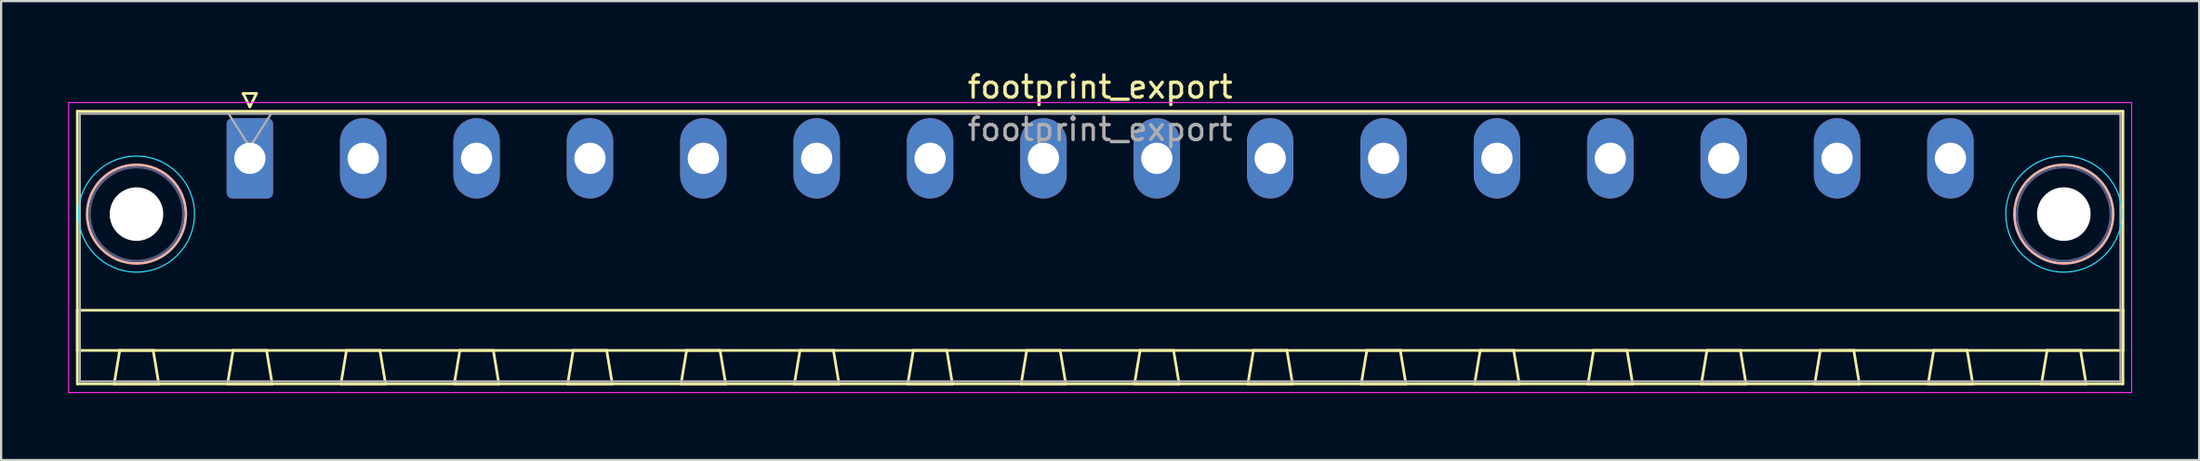
<source format=kicad_pcb>
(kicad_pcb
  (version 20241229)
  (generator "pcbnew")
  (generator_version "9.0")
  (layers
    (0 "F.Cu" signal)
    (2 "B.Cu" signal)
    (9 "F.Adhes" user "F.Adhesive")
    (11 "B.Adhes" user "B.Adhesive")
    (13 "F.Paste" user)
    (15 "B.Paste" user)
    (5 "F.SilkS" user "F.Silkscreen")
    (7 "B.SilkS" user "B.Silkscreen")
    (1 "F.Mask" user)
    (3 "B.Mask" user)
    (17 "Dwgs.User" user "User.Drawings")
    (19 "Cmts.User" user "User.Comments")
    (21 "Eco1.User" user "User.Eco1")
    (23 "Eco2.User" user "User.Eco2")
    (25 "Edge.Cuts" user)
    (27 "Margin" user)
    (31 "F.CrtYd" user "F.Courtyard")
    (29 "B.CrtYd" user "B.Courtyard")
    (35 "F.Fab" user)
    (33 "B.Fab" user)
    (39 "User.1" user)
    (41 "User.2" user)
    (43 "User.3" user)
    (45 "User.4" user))
  (footprint "footprint_export"
    (layer "F.Cu")
    (at 8.145 4.048)
    (property "Reference" "footprint_export" (at 38.1 -3.2 0) (layer "F.SilkS") (effects (font (size 1 1) (thickness 0.15))))
    (attr through_hole)
    (fp_line (start -7.73 -2.11) (end -7.73 10.11) (stroke (width 0.12) (type solid)) (layer "F.SilkS"))
    (fp_line (start -7.73 6.81) (end 83.93 6.81) (stroke (width 0.12) (type solid)) (layer "F.SilkS"))
    (fp_line (start -7.73 8.61) (end -7.73 6.81) (stroke (width 0.12) (type solid)) (layer "F.SilkS"))
    (fp_line (start -7.73 10.11) (end 83.93 10.11) (stroke (width 0.12) (type solid)) (layer "F.SilkS"))
    (fp_line (start -6.08 10.11) (end -4.08 10.11) (stroke (width 0.12) (type solid)) (layer "F.SilkS"))
    (fp_line (start -5.83 8.61) (end -6.08 10.11) (stroke (width 0.12) (type solid)) (layer "F.SilkS"))
    (fp_line (start -4.33 8.61) (end -5.83 8.61) (stroke (width 0.12) (type solid)) (layer "F.SilkS"))
    (fp_line (start -4.08 10.11) (end -4.33 8.61) (stroke (width 0.12) (type solid)) (layer "F.SilkS"))
    (fp_line (start -1 10.11) (end 1 10.11) (stroke (width 0.12) (type solid)) (layer "F.SilkS"))
    (fp_line (start -0.75 8.61) (end -1 10.11) (stroke (width 0.12) (type solid)) (layer "F.SilkS"))
    (fp_line (start -0.3 -2.91) (end 0.3 -2.91) (stroke (width 0.12) (type solid)) (layer "F.SilkS"))
    (fp_line (start 0 -2.31) (end -0.3 -2.91) (stroke (width 0.12) (type solid)) (layer "F.SilkS"))
    (fp_line (start 0.3 -2.91) (end 0 -2.31) (stroke (width 0.12) (type solid)) (layer "F.SilkS"))
    (fp_line (start 0.75 8.61) (end -0.75 8.61) (stroke (width 0.12) (type solid)) (layer "F.SilkS"))
    (fp_line (start 1 10.11) (end 0.75 8.61) (stroke (width 0.12) (type solid)) (layer "F.SilkS"))
    (fp_line (start 4.08 10.11) (end 6.08 10.11) (stroke (width 0.12) (type solid)) (layer "F.SilkS"))
    (fp_line (start 4.33 8.61) (end 4.08 10.11) (stroke (width 0.12) (type solid)) (layer "F.SilkS"))
    (fp_line (start 5.83 8.61) (end 4.33 8.61) (stroke (width 0.12) (type solid)) (layer "F.SilkS"))
    (fp_line (start 6.08 10.11) (end 5.83 8.61) (stroke (width 0.12) (type solid)) (layer "F.SilkS"))
    (fp_line (start 9.16 10.11) (end 11.16 10.11) (stroke (width 0.12) (type solid)) (layer "F.SilkS"))
    (fp_line (start 9.41 8.61) (end 9.16 10.11) (stroke (width 0.12) (type solid)) (layer "F.SilkS"))
    (fp_line (start 10.91 8.61) (end 9.41 8.61) (stroke (width 0.12) (type solid)) (layer "F.SilkS"))
    (fp_line (start 11.16 10.11) (end 10.91 8.61) (stroke (width 0.12) (type solid)) (layer "F.SilkS"))
    (fp_line (start 14.24 10.11) (end 16.24 10.11) (stroke (width 0.12) (type solid)) (layer "F.SilkS"))
    (fp_line (start 14.49 8.61) (end 14.24 10.11) (stroke (width 0.12) (type solid)) (layer "F.SilkS"))
    (fp_line (start 15.99 8.61) (end 14.49 8.61) (stroke (width 0.12) (type solid)) (layer "F.SilkS"))
    (fp_line (start 16.24 10.11) (end 15.99 8.61) (stroke (width 0.12) (type solid)) (layer "F.SilkS"))
    (fp_line (start 19.32 10.11) (end 21.32 10.11) (stroke (width 0.12) (type solid)) (layer "F.SilkS"))
    (fp_line (start 19.57 8.61) (end 19.32 10.11) (stroke (width 0.12) (type solid)) (layer "F.SilkS"))
    (fp_line (start 21.07 8.61) (end 19.57 8.61) (stroke (width 0.12) (type solid)) (layer "F.SilkS"))
    (fp_line (start 21.32 10.11) (end 21.07 8.61) (stroke (width 0.12) (type solid)) (layer "F.SilkS"))
    (fp_line (start 24.4 10.11) (end 26.4 10.11) (stroke (width 0.12) (type solid)) (layer "F.SilkS"))
    (fp_line (start 24.65 8.61) (end 24.4 10.11) (stroke (width 0.12) (type solid)) (layer "F.SilkS"))
    (fp_line (start 26.15 8.61) (end 24.65 8.61) (stroke (width 0.12) (type solid)) (layer "F.SilkS"))
    (fp_line (start 26.4 10.11) (end 26.15 8.61) (stroke (width 0.12) (type solid)) (layer "F.SilkS"))
    (fp_line (start 29.48 10.11) (end 31.48 10.11) (stroke (width 0.12) (type solid)) (layer "F.SilkS"))
    (fp_line (start 29.73 8.61) (end 29.48 10.11) (stroke (width 0.12) (type solid)) (layer "F.SilkS"))
    (fp_line (start 31.23 8.61) (end 29.73 8.61) (stroke (width 0.12) (type solid)) (layer "F.SilkS"))
    (fp_line (start 31.48 10.11) (end 31.23 8.61) (stroke (width 0.12) (type solid)) (layer "F.SilkS"))
    (fp_line (start 34.56 10.11) (end 36.56 10.11) (stroke (width 0.12) (type solid)) (layer "F.SilkS"))
    (fp_line (start 34.81 8.61) (end 34.56 10.11) (stroke (width 0.12) (type solid)) (layer "F.SilkS"))
    (fp_line (start 36.31 8.61) (end 34.81 8.61) (stroke (width 0.12) (type solid)) (layer "F.SilkS"))
    (fp_line (start 36.56 10.11) (end 36.31 8.61) (stroke (width 0.12) (type solid)) (layer "F.SilkS"))
    (fp_line (start 39.64 10.11) (end 41.64 10.11) (stroke (width 0.12) (type solid)) (layer "F.SilkS"))
    (fp_line (start 39.89 8.61) (end 39.64 10.11) (stroke (width 0.12) (type solid)) (layer "F.SilkS"))
    (fp_line (start 41.39 8.61) (end 39.89 8.61) (stroke (width 0.12) (type solid)) (layer "F.SilkS"))
    (fp_line (start 41.64 10.11) (end 41.39 8.61) (stroke (width 0.12) (type solid)) (layer "F.SilkS"))
    (fp_line (start 44.72 10.11) (end 46.72 10.11) (stroke (width 0.12) (type solid)) (layer "F.SilkS"))
    (fp_line (start 44.97 8.61) (end 44.72 10.11) (stroke (width 0.12) (type solid)) (layer "F.SilkS"))
    (fp_line (start 46.47 8.61) (end 44.97 8.61) (stroke (width 0.12) (type solid)) (layer "F.SilkS"))
    (fp_line (start 46.72 10.11) (end 46.47 8.61) (stroke (width 0.12) (type solid)) (layer "F.SilkS"))
    (fp_line (start 49.8 10.11) (end 51.8 10.11) (stroke (width 0.12) (type solid)) (layer "F.SilkS"))
    (fp_line (start 50.05 8.61) (end 49.8 10.11) (stroke (width 0.12) (type solid)) (layer "F.SilkS"))
    (fp_line (start 51.55 8.61) (end 50.05 8.61) (stroke (width 0.12) (type solid)) (layer "F.SilkS"))
    (fp_line (start 51.8 10.11) (end 51.55 8.61) (stroke (width 0.12) (type solid)) (layer "F.SilkS"))
    (fp_line (start 54.88 10.11) (end 56.88 10.11) (stroke (width 0.12) (type solid)) (layer "F.SilkS"))
    (fp_line (start 55.13 8.61) (end 54.88 10.11) (stroke (width 0.12) (type solid)) (layer "F.SilkS"))
    (fp_line (start 56.63 8.61) (end 55.13 8.61) (stroke (width 0.12) (type solid)) (layer "F.SilkS"))
    (fp_line (start 56.88 10.11) (end 56.63 8.61) (stroke (width 0.12) (type solid)) (layer "F.SilkS"))
    (fp_line (start 59.96 10.11) (end 61.96 10.11) (stroke (width 0.12) (type solid)) (layer "F.SilkS"))
    (fp_line (start 60.21 8.61) (end 59.96 10.11) (stroke (width 0.12) (type solid)) (layer "F.SilkS"))
    (fp_line (start 61.71 8.61) (end 60.21 8.61) (stroke (width 0.12) (type solid)) (layer "F.SilkS"))
    (fp_line (start 61.96 10.11) (end 61.71 8.61) (stroke (width 0.12) (type solid)) (layer "F.SilkS"))
    (fp_line (start 65.04 10.11) (end 67.04 10.11) (stroke (width 0.12) (type solid)) (layer "F.SilkS"))
    (fp_line (start 65.29 8.61) (end 65.04 10.11) (stroke (width 0.12) (type solid)) (layer "F.SilkS"))
    (fp_line (start 66.79 8.61) (end 65.29 8.61) (stroke (width 0.12) (type solid)) (layer "F.SilkS"))
    (fp_line (start 67.04 10.11) (end 66.79 8.61) (stroke (width 0.12) (type solid)) (layer "F.SilkS"))
    (fp_line (start 70.12 10.11) (end 72.12 10.11) (stroke (width 0.12) (type solid)) (layer "F.SilkS"))
    (fp_line (start 70.37 8.61) (end 70.12 10.11) (stroke (width 0.12) (type solid)) (layer "F.SilkS"))
    (fp_line (start 71.87 8.61) (end 70.37 8.61) (stroke (width 0.12) (type solid)) (layer "F.SilkS"))
    (fp_line (start 72.12 10.11) (end 71.87 8.61) (stroke (width 0.12) (type solid)) (layer "F.SilkS"))
    (fp_line (start 75.2 10.11) (end 77.2 10.11) (stroke (width 0.12) (type solid)) (layer "F.SilkS"))
    (fp_line (start 75.45 8.61) (end 75.2 10.11) (stroke (width 0.12) (type solid)) (layer "F.SilkS"))
    (fp_line (start 76.95 8.61) (end 75.45 8.61) (stroke (width 0.12) (type solid)) (layer "F.SilkS"))
    (fp_line (start 77.2 10.11) (end 76.95 8.61) (stroke (width 0.12) (type solid)) (layer "F.SilkS"))
    (fp_line (start 80.28 10.11) (end 82.28 10.11) (stroke (width 0.12) (type solid)) (layer "F.SilkS"))
    (fp_line (start 80.53 8.61) (end 80.28 10.11) (stroke (width 0.12) (type solid)) (layer "F.SilkS"))
    (fp_line (start 82.03 8.61) (end 80.53 8.61) (stroke (width 0.12) (type solid)) (layer "F.SilkS"))
    (fp_line (start 82.28 10.11) (end 82.03 8.61) (stroke (width 0.12) (type solid)) (layer "F.SilkS"))
    (fp_line (start 83.93 -2.11) (end -7.73 -2.11) (stroke (width 0.12) (type solid)) (layer "F.SilkS"))
    (fp_line (start 83.93 6.81) (end 83.93 8.61) (stroke (width 0.12) (type solid)) (layer "F.SilkS"))
    (fp_line (start 83.93 8.61) (end -7.73 8.61) (stroke (width 0.12) (type solid)) (layer "F.SilkS"))
    (fp_line (start 83.93 10.11) (end 83.93 -2.11) (stroke (width 0.12) (type solid)) (layer "F.SilkS"))
    (fp_circle (center -5.08 2.5) (end -2.87 2.5) (stroke (width 0.12) (type solid)) (fill no) (layer "B.SilkS"))
    (fp_circle (center 81.28 2.5) (end 83.49 2.5) (stroke (width 0.12) (type solid)) (fill no) (layer "B.SilkS"))
    (fp_circle (center -5.08 2.5) (end -2.48 2.5) (stroke (width 0.05) (type solid)) (fill no) (layer "B.CrtYd"))
    (fp_circle (center 81.28 2.5) (end 83.88 2.5) (stroke (width 0.05) (type solid)) (fill no) (layer "B.CrtYd"))
    (fp_line (start -8.12 -2.5) (end -8.12 10.5) (stroke (width 0.05) (type solid)) (layer "F.CrtYd"))
    (fp_line (start -8.12 10.5) (end 84.32 10.5) (stroke (width 0.05) (type solid)) (layer "F.CrtYd"))
    (fp_line (start 84.32 -2.5) (end -8.12 -2.5) (stroke (width 0.05) (type solid)) (layer "F.CrtYd"))
    (fp_line (start 84.32 10.5) (end 84.32 -2.5) (stroke (width 0.05) (type solid)) (layer "F.CrtYd"))
    (fp_circle (center -5.08 2.5) (end -2.98 2.5) (stroke (width 0.1) (type solid)) (fill no) (layer "B.Fab"))
    (fp_circle (center 81.28 2.5) (end 83.38 2.5) (stroke (width 0.1) (type solid)) (fill no) (layer "B.Fab"))
    (fp_line (start -7.62 -2) (end -7.62 10) (stroke (width 0.1) (type solid)) (layer "F.Fab"))
    (fp_line (start -7.62 10) (end 83.82 10) (stroke (width 0.1) (type solid)) (layer "F.Fab"))
    (fp_line (start 0 -0.5) (end -0.95 -2) (stroke (width 0.1) (type solid)) (layer "F.Fab"))
    (fp_line (start 0.95 -2) (end 0 -0.5) (stroke (width 0.1) (type solid)) (layer "F.Fab"))
    (fp_line (start 83.82 -2) (end -7.62 -2) (stroke (width 0.1) (type solid)) (layer "F.Fab"))
    (fp_line (start 83.82 10) (end 83.82 -2) (stroke (width 0.1) (type solid)) (layer "F.Fab"))
    (fp_text user "${REFERENCE}" (at 38.1 -1.3 0) (layer "F.Fab") (effects (font (size 1 1) (thickness 0.15))))
    (pad "" np_thru_hole circle (at -5.08 2.5) (size 2.4 2.4) (drill 2.4) (layers "*.Cu" "*.Mask"))
    (pad "" np_thru_hole circle (at 81.28 2.5) (size 2.4 2.4) (drill 2.4) (layers "*.Cu" "*.Mask"))
    (pad "1" thru_hole roundrect (at 0 0) (size 2.08 3.6) (drill 1.4) (layers "*.Cu" "*.Mask") (roundrect_rratio 0.12))
    (pad "2" thru_hole oval (at 5.08 0) (size 2.08 3.6) (drill 1.4) (layers "*.Cu" "*.Mask"))
    (pad "3" thru_hole oval (at 10.16 0) (size 2.08 3.6) (drill 1.4) (layers "*.Cu" "*.Mask"))
    (pad "4" thru_hole oval (at 15.24 0) (size 2.08 3.6) (drill 1.4) (layers "*.Cu" "*.Mask"))
    (pad "5" thru_hole oval (at 20.32 0) (size 2.08 3.6) (drill 1.4) (layers "*.Cu" "*.Mask"))
    (pad "6" thru_hole oval (at 25.4 0) (size 2.08 3.6) (drill 1.4) (layers "*.Cu" "*.Mask"))
    (pad "7" thru_hole oval (at 30.48 0) (size 2.08 3.6) (drill 1.4) (layers "*.Cu" "*.Mask"))
    (pad "8" thru_hole oval (at 35.56 0) (size 2.08 3.6) (drill 1.4) (layers "*.Cu" "*.Mask"))
    (pad "9" thru_hole oval (at 40.64 0) (size 2.08 3.6) (drill 1.4) (layers "*.Cu" "*.Mask"))
    (pad "10" thru_hole oval (at 45.72 0) (size 2.08 3.6) (drill 1.4) (layers "*.Cu" "*.Mask"))
    (pad "11" thru_hole oval (at 50.8 0) (size 2.08 3.6) (drill 1.4) (layers "*.Cu" "*.Mask"))
    (pad "12" thru_hole oval (at 55.88 0) (size 2.08 3.6) (drill 1.4) (layers "*.Cu" "*.Mask"))
    (pad "13" thru_hole oval (at 60.96 0) (size 2.08 3.6) (drill 1.4) (layers "*.Cu" "*.Mask"))
    (pad "14" thru_hole oval (at 66.04 0) (size 2.08 3.6) (drill 1.4) (layers "*.Cu" "*.Mask"))
    (pad "15" thru_hole oval (at 71.12 0) (size 2.08 3.6) (drill 1.4) (layers "*.Cu" "*.Mask"))
    (pad "16" thru_hole oval (at 76.2 0) (size 2.08 3.6) (drill 1.4) (layers "*.Cu" "*.Mask")))
  (gr_rect
    (start -3 -3)
    (end 95.49 17.573)
    (stroke (width 0.1) (type default))
    (fill no)
    (layer "Edge.Cuts")))
</source>
